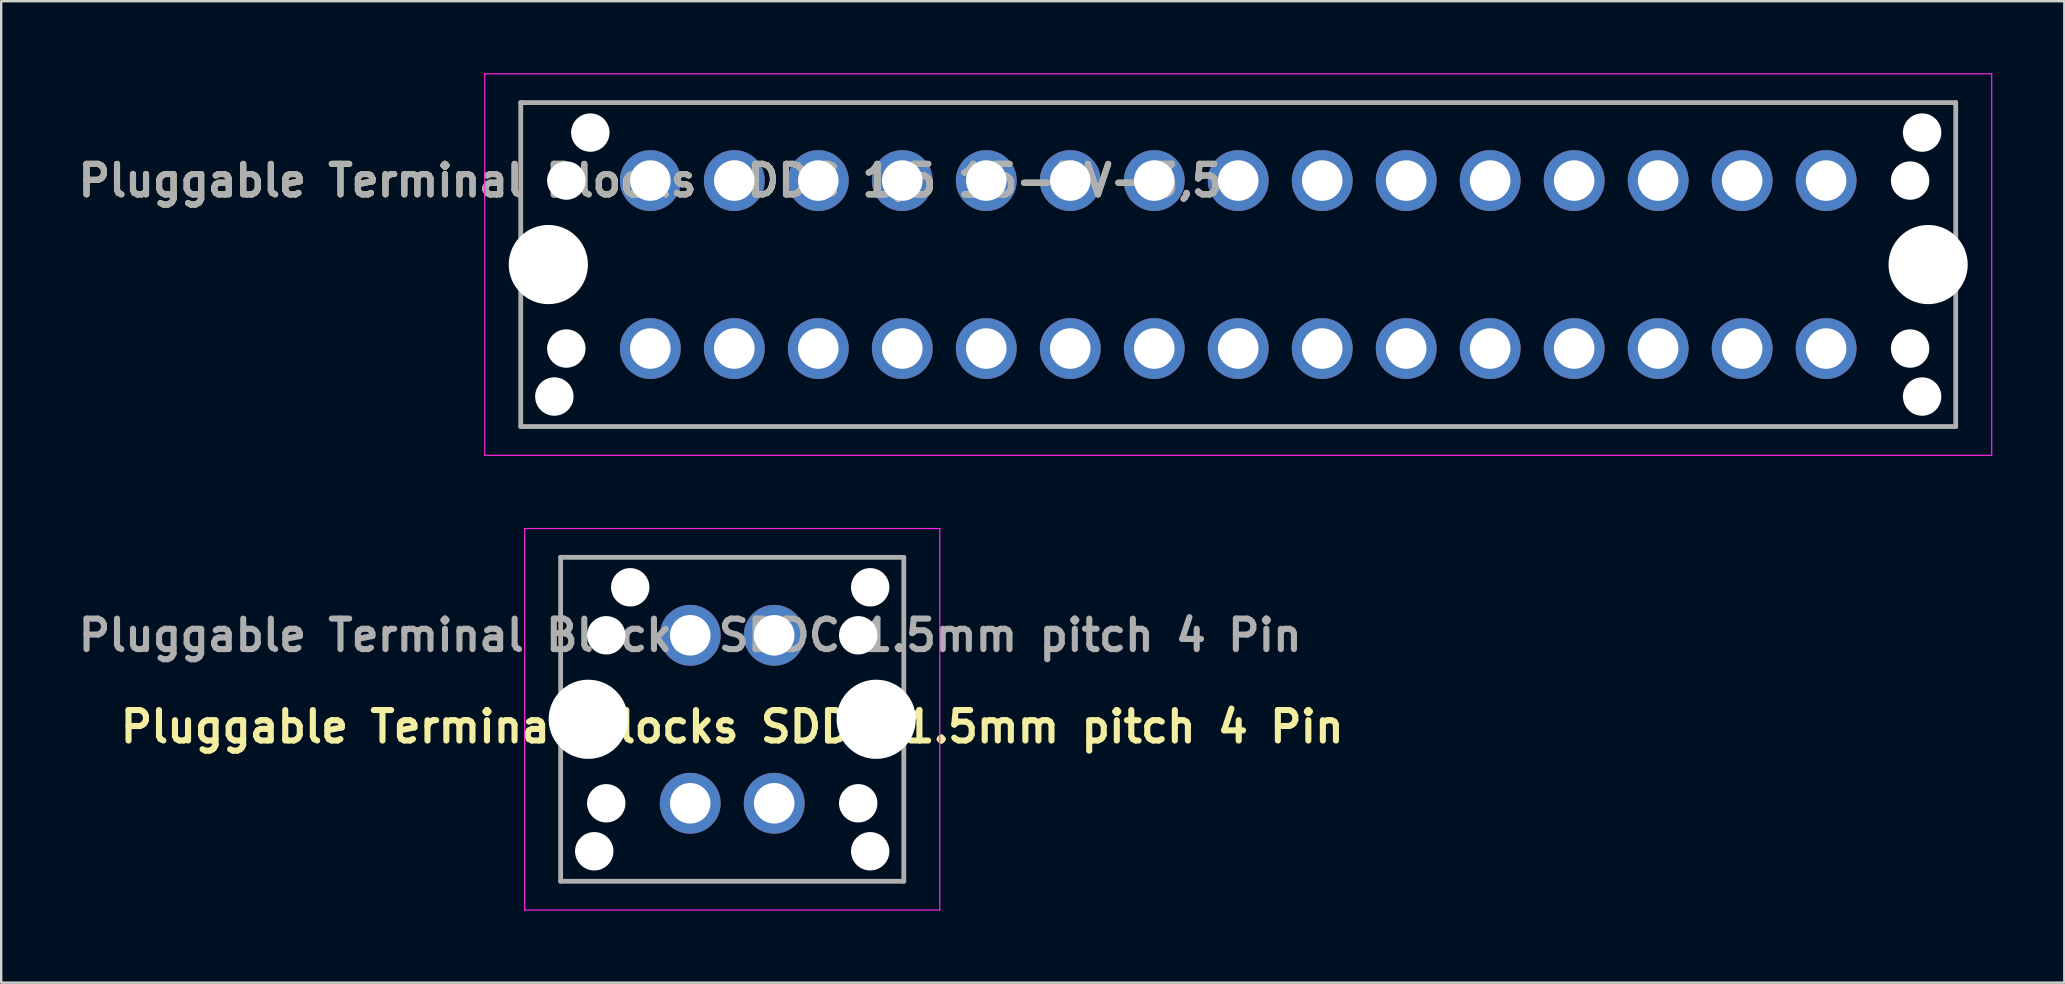
<source format=kicad_pcb>
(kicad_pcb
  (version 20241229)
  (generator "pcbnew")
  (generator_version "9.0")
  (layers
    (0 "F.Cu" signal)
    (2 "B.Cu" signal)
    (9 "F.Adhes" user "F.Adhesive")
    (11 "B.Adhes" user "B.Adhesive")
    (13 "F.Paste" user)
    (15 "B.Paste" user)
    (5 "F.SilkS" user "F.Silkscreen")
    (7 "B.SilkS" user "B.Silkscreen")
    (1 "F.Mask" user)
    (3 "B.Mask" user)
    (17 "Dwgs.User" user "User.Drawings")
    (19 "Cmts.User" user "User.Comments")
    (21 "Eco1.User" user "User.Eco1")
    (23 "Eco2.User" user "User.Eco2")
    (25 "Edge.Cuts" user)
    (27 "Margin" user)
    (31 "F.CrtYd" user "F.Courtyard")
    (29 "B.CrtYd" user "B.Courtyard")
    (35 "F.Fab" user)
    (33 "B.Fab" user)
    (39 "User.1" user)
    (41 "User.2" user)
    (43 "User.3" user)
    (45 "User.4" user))
  (footprint "Pluggable Terminal Blocks SDDC 1.5mm pitch 4 Pin"
    (layer "F.Cu")
    (at 25.714 23.425)
    (property "Reference" "Pluggable Terminal Blocks SDDC 1.5mm pitch 4 Pin" (at 1.75 3.81 0) (layer "F.SilkS") (effects (font (size 1.27 1.27) (thickness 0.254))))
    (attr through_hole)
    (fp_line (start -5.4 -3.25) (end 8.9 -3.25) (stroke (width 0.1) (type solid)) (layer "F.SilkS"))
    (fp_line (start 8.9 10.25) (end -5.4 10.25) (stroke (width 0.1) (type solid)) (layer "F.SilkS"))
    (fp_line (start -6.9 -4.45) (end 10.4 -4.45) (stroke (width 0.05) (type solid)) (layer "F.CrtYd"))
    (fp_line (start -6.9 11.45) (end -6.9 -4.45) (stroke (width 0.05) (type solid)) (layer "F.CrtYd"))
    (fp_line (start 10.4 -4.45) (end 10.4 11.45) (stroke (width 0.05) (type solid)) (layer "F.CrtYd"))
    (fp_line (start 10.4 11.45) (end -6.9 11.45) (stroke (width 0.05) (type solid)) (layer "F.CrtYd"))
    (fp_line (start -5.4 -3.25) (end 8.9 -3.25) (stroke (width 0.2) (type solid)) (layer "F.Fab"))
    (fp_line (start -5.4 10.25) (end -5.4 -3.25) (stroke (width 0.2) (type solid)) (layer "F.Fab"))
    (fp_line (start 8.9 -3.25) (end 8.9 10.25) (stroke (width 0.2) (type solid)) (layer "F.Fab"))
    (fp_line (start 8.9 10.25) (end -5.4 10.25) (stroke (width 0.2) (type solid)) (layer "F.Fab"))
    (fp_text user "${REFERENCE}" (at 0 0 0) (layer "F.Fab") (effects (font (size 1.27 1.27) (thickness 0.254))))
    (pad "" np_thru_hole circle (at -4.25 3.5) (size 3.3 3.3) (drill 3.3) (layers "*.Cu" "*.Mask"))
    (pad "" np_thru_hole circle (at -4 9) (size 1.6 1.6) (drill 1.6) (layers "*.Cu" "*.Mask"))
    (pad "" np_thru_hole circle (at -3.5 0) (size 1.6 1.6) (drill 1.6) (layers "*.Cu" "*.Mask"))
    (pad "" np_thru_hole circle (at -3.5 7) (size 1.6 1.6) (drill 1.6) (layers "*.Cu" "*.Mask"))
    (pad "" np_thru_hole circle (at -2.5 -2) (size 1.6 1.6) (drill 1.6) (layers "*.Cu" "*.Mask"))
    (pad "" np_thru_hole circle (at 7 0) (size 1.6 1.6) (drill 1.6) (layers "*.Cu" "*.Mask"))
    (pad "" np_thru_hole circle (at 7 7) (size 1.6 1.6) (drill 1.6) (layers "*.Cu" "*.Mask"))
    (pad "" np_thru_hole circle (at 7.5 -2) (size 1.6 1.6) (drill 1.6) (layers "*.Cu" "*.Mask"))
    (pad "" np_thru_hole circle (at 7.5 9) (size 1.6 1.6) (drill 1.6) (layers "*.Cu" "*.Mask"))
    (pad "" np_thru_hole circle (at 7.75 3.5) (size 3.3 3.3) (drill 3.3) (layers "*.Cu" "*.Mask"))
    (pad "1" thru_hole circle (at 0 0) (size 2.535 2.535) (drill 1.69) (layers "*.Cu" "*.Mask"))
    (pad "2" thru_hole circle (at 3.5 0) (size 2.535 2.535) (drill 1.69) (layers "*.Cu" "*.Mask"))
    (pad "3" thru_hole circle (at 0 7) (size 2.535 2.535) (drill 1.69) (layers "*.Cu" "*.Mask"))
    (pad "4" thru_hole circle (at 3.5 7) (size 2.535 2.535) (drill 1.69) (layers "*.Cu" "*.Mask")))
  (footprint "Pluggable Terminal Blocks SDDC 1,5 15-PV-3,5"
    (layer "F.Cu")
    (at 24.051 4.475)
    (property "Reference" "Pluggable Terminal Blocks SDDC 1,5 15-PV-3,5" (at 0 0 0) (layer "F.SilkS") (effects (font (size 1.27 1.27) (thickness 0.254))))
    (attr through_hole)
    (fp_line (start -5.4 -3.25) (end 54.4 -3.25) (stroke (width 0.1) (type solid)) (layer "F.SilkS"))
    (fp_line (start 54.4 10.25) (end -5.4 10.25) (stroke (width 0.1) (type solid)) (layer "F.SilkS"))
    (fp_line (start -6.9 -4.45) (end 55.9 -4.45) (stroke (width 0.05) (type solid)) (layer "F.CrtYd"))
    (fp_line (start -6.9 11.45) (end -6.9 -4.45) (stroke (width 0.05) (type solid)) (layer "F.CrtYd"))
    (fp_line (start 55.9 -4.45) (end 55.9 11.45) (stroke (width 0.05) (type solid)) (layer "F.CrtYd"))
    (fp_line (start 55.9 11.45) (end -6.9 11.45) (stroke (width 0.05) (type solid)) (layer "F.CrtYd"))
    (fp_line (start -5.4 -3.25) (end 54.4 -3.25) (stroke (width 0.2) (type solid)) (layer "F.Fab"))
    (fp_line (start -5.4 10.25) (end -5.4 -3.25) (stroke (width 0.2) (type solid)) (layer "F.Fab"))
    (fp_line (start 54.4 -3.25) (end 54.4 10.25) (stroke (width 0.2) (type solid)) (layer "F.Fab"))
    (fp_line (start 54.4 10.25) (end -5.4 10.25) (stroke (width 0.2) (type solid)) (layer "F.Fab"))
    (fp_text user "${REFERENCE}" (at 0 0 0) (layer "F.Fab") (effects (font (size 1.27 1.27) (thickness 0.254))))
    (pad "" np_thru_hole circle (at -4.25 3.5) (size 3.3 3.3) (drill 3.3) (layers "*.Cu" "*.Mask"))
    (pad "" np_thru_hole circle (at -4 9) (size 1.6 1.6) (drill 1.6) (layers "*.Cu" "*.Mask"))
    (pad "" np_thru_hole circle (at -3.5 0) (size 1.6 1.6) (drill 1.6) (layers "*.Cu" "*.Mask"))
    (pad "" np_thru_hole circle (at -3.5 7) (size 1.6 1.6) (drill 1.6) (layers "*.Cu" "*.Mask"))
    (pad "" np_thru_hole circle (at -2.5 -2) (size 1.6 1.6) (drill 1.6) (layers "*.Cu" "*.Mask"))
    (pad "" np_thru_hole circle (at 52.5 0) (size 1.6 1.6) (drill 1.6) (layers "*.Cu" "*.Mask"))
    (pad "" np_thru_hole circle (at 52.5 7) (size 1.6 1.6) (drill 1.6) (layers "*.Cu" "*.Mask"))
    (pad "" np_thru_hole circle (at 53 -2) (size 1.6 1.6) (drill 1.6) (layers "*.Cu" "*.Mask"))
    (pad "" np_thru_hole circle (at 53 9) (size 1.6 1.6) (drill 1.6) (layers "*.Cu" "*.Mask"))
    (pad "" np_thru_hole circle (at 53.25 3.5) (size 3.3 3.3) (drill 3.3) (layers "*.Cu" "*.Mask"))
    (pad "1" thru_hole circle (at 0 0) (size 2.535 2.535) (drill 1.69) (layers "*.Cu" "*.Mask"))
    (pad "2" thru_hole circle (at 3.5 0) (size 2.535 2.535) (drill 1.69) (layers "*.Cu" "*.Mask"))
    (pad "3" thru_hole circle (at 7 0) (size 2.535 2.535) (drill 1.69) (layers "*.Cu" "*.Mask"))
    (pad "4" thru_hole circle (at 10.5 0) (size 2.535 2.535) (drill 1.69) (layers "*.Cu" "*.Mask"))
    (pad "5" thru_hole circle (at 14 0) (size 2.535 2.535) (drill 1.69) (layers "*.Cu" "*.Mask"))
    (pad "6" thru_hole circle (at 17.5 0) (size 2.535 2.535) (drill 1.69) (layers "*.Cu" "*.Mask"))
    (pad "7" thru_hole circle (at 21 0) (size 2.535 2.535) (drill 1.69) (layers "*.Cu" "*.Mask"))
    (pad "8" thru_hole circle (at 24.5 0) (size 2.535 2.535) (drill 1.69) (layers "*.Cu" "*.Mask"))
    (pad "9" thru_hole circle (at 28 0) (size 2.535 2.535) (drill 1.69) (layers "*.Cu" "*.Mask"))
    (pad "10" thru_hole circle (at 31.5 0) (size 2.535 2.535) (drill 1.69) (layers "*.Cu" "*.Mask"))
    (pad "11" thru_hole circle (at 35 0) (size 2.535 2.535) (drill 1.69) (layers "*.Cu" "*.Mask"))
    (pad "12" thru_hole circle (at 38.5 0) (size 2.535 2.535) (drill 1.69) (layers "*.Cu" "*.Mask"))
    (pad "13" thru_hole circle (at 42 0) (size 2.535 2.535) (drill 1.69) (layers "*.Cu" "*.Mask"))
    (pad "14" thru_hole circle (at 45.5 0) (size 2.535 2.535) (drill 1.69) (layers "*.Cu" "*.Mask"))
    (pad "15" thru_hole circle (at 49 0) (size 2.535 2.535) (drill 1.69) (layers "*.Cu" "*.Mask"))
    (pad "16" thru_hole circle (at 0 7) (size 2.535 2.535) (drill 1.69) (layers "*.Cu" "*.Mask"))
    (pad "17" thru_hole circle (at 3.5 7) (size 2.535 2.535) (drill 1.69) (layers "*.Cu" "*.Mask"))
    (pad "18" thru_hole circle (at 7 7) (size 2.535 2.535) (drill 1.69) (layers "*.Cu" "*.Mask"))
    (pad "19" thru_hole circle (at 10.5 7) (size 2.535 2.535) (drill 1.69) (layers "*.Cu" "*.Mask"))
    (pad "20" thru_hole circle (at 14 7) (size 2.535 2.535) (drill 1.69) (layers "*.Cu" "*.Mask"))
    (pad "21" thru_hole circle (at 17.5 7) (size 2.535 2.535) (drill 1.69) (layers "*.Cu" "*.Mask"))
    (pad "22" thru_hole circle (at 21 7) (size 2.535 2.535) (drill 1.69) (layers "*.Cu" "*.Mask"))
    (pad "23" thru_hole circle (at 24.5 7) (size 2.535 2.535) (drill 1.69) (layers "*.Cu" "*.Mask"))
    (pad "24" thru_hole circle (at 28 7) (size 2.535 2.535) (drill 1.69) (layers "*.Cu" "*.Mask"))
    (pad "25" thru_hole circle (at 31.5 7) (size 2.535 2.535) (drill 1.69) (layers "*.Cu" "*.Mask"))
    (pad "26" thru_hole circle (at 35 7) (size 2.535 2.535) (drill 1.69) (layers "*.Cu" "*.Mask"))
    (pad "27" thru_hole circle (at 38.5 7) (size 2.535 2.535) (drill 1.69) (layers "*.Cu" "*.Mask"))
    (pad "28" thru_hole circle (at 42 7) (size 2.535 2.535) (drill 1.69) (layers "*.Cu" "*.Mask"))
    (pad "29" thru_hole circle (at 45.5 7) (size 2.535 2.535) (drill 1.69) (layers "*.Cu" "*.Mask"))
    (pad "30" thru_hole circle (at 49 7) (size 2.535 2.535) (drill 1.69) (layers "*.Cu" "*.Mask")))
  (gr_rect
    (start -3 -3)
    (end 82.976 37.9)
    (stroke (width 0.1) (type default))
    (fill no)
    (layer "Edge.Cuts")))
</source>
